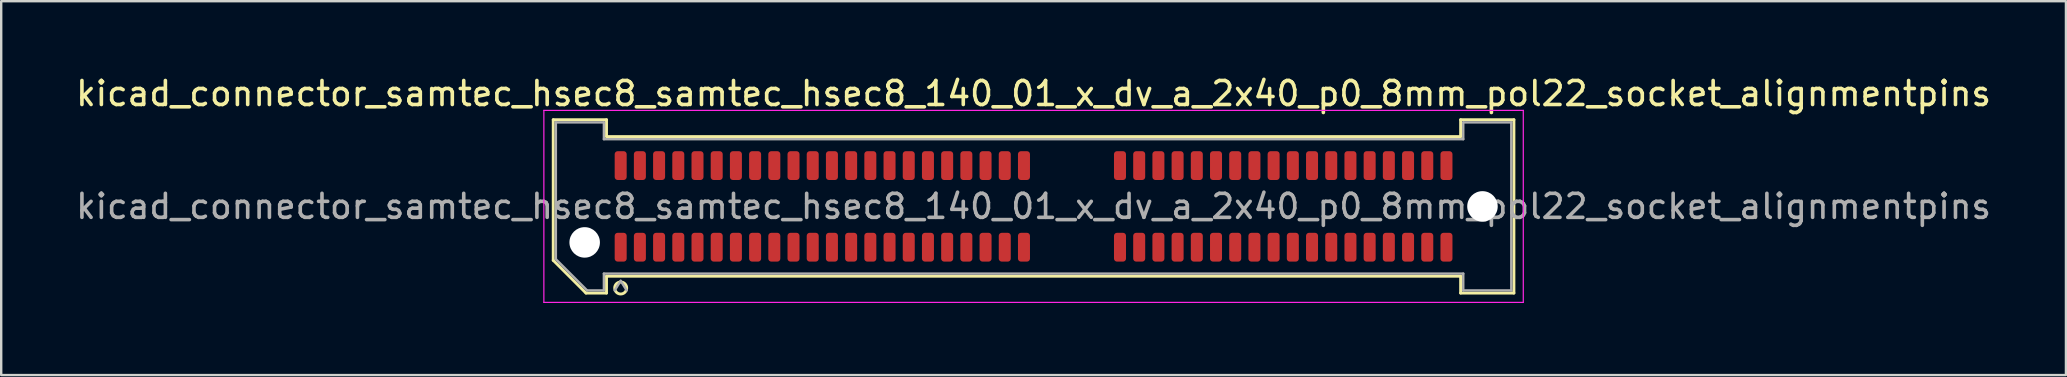
<source format=kicad_pcb>
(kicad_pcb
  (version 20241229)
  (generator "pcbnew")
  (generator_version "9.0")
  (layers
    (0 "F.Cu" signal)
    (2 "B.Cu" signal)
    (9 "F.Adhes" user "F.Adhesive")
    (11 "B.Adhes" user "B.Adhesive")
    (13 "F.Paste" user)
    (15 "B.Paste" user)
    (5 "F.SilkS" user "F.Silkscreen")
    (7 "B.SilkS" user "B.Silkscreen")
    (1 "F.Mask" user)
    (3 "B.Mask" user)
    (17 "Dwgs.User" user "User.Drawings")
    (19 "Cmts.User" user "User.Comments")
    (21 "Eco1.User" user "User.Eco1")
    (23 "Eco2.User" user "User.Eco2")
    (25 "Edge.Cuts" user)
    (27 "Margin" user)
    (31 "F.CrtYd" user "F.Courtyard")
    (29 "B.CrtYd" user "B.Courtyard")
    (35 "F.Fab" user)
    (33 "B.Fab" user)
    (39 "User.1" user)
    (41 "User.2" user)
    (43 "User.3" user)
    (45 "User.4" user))
  (footprint "kicad_connector_samtec_hsec8_samtec_hsec8_140_01_x_dv_a_2x40_p0_8mm_pol22_socket_alignmentpins"
    (layer "F.Cu")
    (at 40.006 5.548)
    (property "Reference" "kicad_connector_samtec_hsec8_samtec_hsec8_140_01_x_dv_a_2x40_p0_8mm_pol22_socket_alignmentpins" (at 0 -4.7 0) (layer "F.SilkS") (effects (font (size 1 1) (thickness 0.15))))
    (attr smd)
    (fp_line (start -20.01 -3.61) (end -17.79 -3.61) (stroke (width 0.12) (type solid)) (layer "F.SilkS"))
    (fp_line (start -20.01 2.246) (end -20.01 -3.61) (stroke (width 0.12) (type solid)) (layer "F.SilkS"))
    (fp_line (start -18.646 3.61) (end -20.01 2.246) (stroke (width 0.12) (type solid)) (layer "F.SilkS"))
    (fp_line (start -17.79 -3.61) (end -17.79 -2.91) (stroke (width 0.12) (type solid)) (layer "F.SilkS"))
    (fp_line (start -17.79 -2.91) (end 17.79 -2.91) (stroke (width 0.12) (type solid)) (layer "F.SilkS"))
    (fp_line (start -17.79 2.91) (end -17.79 3.61) (stroke (width 0.12) (type solid)) (layer "F.SilkS"))
    (fp_line (start -17.79 3.61) (end -18.646 3.61) (stroke (width 0.12) (type solid)) (layer "F.SilkS"))
    (fp_line (start 17.79 -3.61) (end 20.01 -3.61) (stroke (width 0.12) (type solid)) (layer "F.SilkS"))
    (fp_line (start 17.79 -2.91) (end 17.79 -3.61) (stroke (width 0.12) (type solid)) (layer "F.SilkS"))
    (fp_line (start 17.79 2.91) (end -17.79 2.91) (stroke (width 0.12) (type solid)) (layer "F.SilkS"))
    (fp_line (start 17.79 3.61) (end 17.79 2.91) (stroke (width 0.12) (type solid)) (layer "F.SilkS"))
    (fp_line (start 20.01 -3.61) (end 20.01 3.61) (stroke (width 0.12) (type solid)) (layer "F.SilkS"))
    (fp_line (start 20.01 3.61) (end 17.79 3.61) (stroke (width 0.12) (type solid)) (layer "F.SilkS"))
    (fp_arc (start -16.95 3.4) (mid -17.45 3.4) (end -16.95 3.4) (stroke (width 0.12) (type solid)) (layer "F.SilkS"))
    (fp_line (start -20.4 -4) (end -20.4 4) (stroke (width 0.05) (type solid)) (layer "F.CrtYd"))
    (fp_line (start -20.4 4) (end 20.4 4) (stroke (width 0.05) (type solid)) (layer "F.CrtYd"))
    (fp_line (start 20.4 -4) (end -20.4 -4) (stroke (width 0.05) (type solid)) (layer "F.CrtYd"))
    (fp_line (start 20.4 4) (end 20.4 -4) (stroke (width 0.05) (type solid)) (layer "F.CrtYd"))
    (fp_line (start -19.9 -3.5) (end -17.9 -3.5) (stroke (width 0.1) (type solid)) (layer "F.Fab"))
    (fp_line (start -19.9 2.2) (end -19.9 -3.5) (stroke (width 0.1) (type solid)) (layer "F.Fab"))
    (fp_line (start -18.6 3.5) (end -19.9 2.2) (stroke (width 0.1) (type solid)) (layer "F.Fab"))
    (fp_line (start -17.9 -3.5) (end -17.9 -2.8) (stroke (width 0.1) (type solid)) (layer "F.Fab"))
    (fp_line (start -17.9 -2.8) (end 17.9 -2.8) (stroke (width 0.1) (type solid)) (layer "F.Fab"))
    (fp_line (start -17.9 2.8) (end -17.9 3.5) (stroke (width 0.1) (type solid)) (layer "F.Fab"))
    (fp_line (start -17.9 3.5) (end -18.6 3.5) (stroke (width 0.1) (type solid)) (layer "F.Fab"))
    (fp_line (start -17.2 3.1) (end -17.45 3.5) (stroke (width 0.1) (type solid)) (layer "F.Fab"))
    (fp_line (start -17.2 3.1) (end -16.95 3.5) (stroke (width 0.1) (type solid)) (layer "F.Fab"))
    (fp_line (start 17.9 -3.5) (end 19.9 -3.5) (stroke (width 0.1) (type solid)) (layer "F.Fab"))
    (fp_line (start 17.9 -2.8) (end 17.9 -3.5) (stroke (width 0.1) (type solid)) (layer "F.Fab"))
    (fp_line (start 17.9 2.8) (end -17.9 2.8) (stroke (width 0.1) (type solid)) (layer "F.Fab"))
    (fp_line (start 17.9 3.5) (end 17.9 2.8) (stroke (width 0.1) (type solid)) (layer "F.Fab"))
    (fp_line (start 19.9 -3.5) (end 19.9 3.5) (stroke (width 0.1) (type solid)) (layer "F.Fab"))
    (fp_line (start 19.9 3.5) (end 17.9 3.5) (stroke (width 0.1) (type solid)) (layer "F.Fab"))
    (fp_text user "${REFERENCE}" (at 0 0 0) (layer "F.Fab") (effects (font (size 1 1) (thickness 0.15))))
    (pad "" np_thru_hole circle (at -18.7 1.5) (size 1.27 1.27) (drill 1.27) (layers "*.Cu" "*.Mask"))
    (pad "" np_thru_hole circle (at 18.7 0) (size 1.27 1.27) (drill 1.27) (layers "*.Cu" "*.Mask"))
    (pad "1" smd roundrect (at -17.2 1.7) (size 0.5 1.2) (layers "F.Cu" "F.Mask" "F.Paste") (roundrect_rratio 0.25))
    (pad "2" smd roundrect (at -17.2 -1.7) (size 0.5 1.2) (layers "F.Cu" "F.Mask" "F.Paste") (roundrect_rratio 0.25))
    (pad "3" smd roundrect (at -16.4 1.7) (size 0.5 1.2) (layers "F.Cu" "F.Mask" "F.Paste") (roundrect_rratio 0.25))
    (pad "4" smd roundrect (at -16.4 -1.7) (size 0.5 1.2) (layers "F.Cu" "F.Mask" "F.Paste") (roundrect_rratio 0.25))
    (pad "5" smd roundrect (at -15.6 1.7) (size 0.5 1.2) (layers "F.Cu" "F.Mask" "F.Paste") (roundrect_rratio 0.25))
    (pad "6" smd roundrect (at -15.6 -1.7) (size 0.5 1.2) (layers "F.Cu" "F.Mask" "F.Paste") (roundrect_rratio 0.25))
    (pad "7" smd roundrect (at -14.8 1.7) (size 0.5 1.2) (layers "F.Cu" "F.Mask" "F.Paste") (roundrect_rratio 0.25))
    (pad "8" smd roundrect (at -14.8 -1.7) (size 0.5 1.2) (layers "F.Cu" "F.Mask" "F.Paste") (roundrect_rratio 0.25))
    (pad "9" smd roundrect (at -14 1.7) (size 0.5 1.2) (layers "F.Cu" "F.Mask" "F.Paste") (roundrect_rratio 0.25))
    (pad "10" smd roundrect (at -14 -1.7) (size 0.5 1.2) (layers "F.Cu" "F.Mask" "F.Paste") (roundrect_rratio 0.25))
    (pad "11" smd roundrect (at -13.2 1.7) (size 0.5 1.2) (layers "F.Cu" "F.Mask" "F.Paste") (roundrect_rratio 0.25))
    (pad "12" smd roundrect (at -13.2 -1.7) (size 0.5 1.2) (layers "F.Cu" "F.Mask" "F.Paste") (roundrect_rratio 0.25))
    (pad "13" smd roundrect (at -12.4 1.7) (size 0.5 1.2) (layers "F.Cu" "F.Mask" "F.Paste") (roundrect_rratio 0.25))
    (pad "14" smd roundrect (at -12.4 -1.7) (size 0.5 1.2) (layers "F.Cu" "F.Mask" "F.Paste") (roundrect_rratio 0.25))
    (pad "15" smd roundrect (at -11.6 1.7) (size 0.5 1.2) (layers "F.Cu" "F.Mask" "F.Paste") (roundrect_rratio 0.25))
    (pad "16" smd roundrect (at -11.6 -1.7) (size 0.5 1.2) (layers "F.Cu" "F.Mask" "F.Paste") (roundrect_rratio 0.25))
    (pad "17" smd roundrect (at -10.8 1.7) (size 0.5 1.2) (layers "F.Cu" "F.Mask" "F.Paste") (roundrect_rratio 0.25))
    (pad "18" smd roundrect (at -10.8 -1.7) (size 0.5 1.2) (layers "F.Cu" "F.Mask" "F.Paste") (roundrect_rratio 0.25))
    (pad "19" smd roundrect (at -10 1.7) (size 0.5 1.2) (layers "F.Cu" "F.Mask" "F.Paste") (roundrect_rratio 0.25))
    (pad "20" smd roundrect (at -10 -1.7) (size 0.5 1.2) (layers "F.Cu" "F.Mask" "F.Paste") (roundrect_rratio 0.25))
    (pad "21" smd roundrect (at -9.2 1.7) (size 0.5 1.2) (layers "F.Cu" "F.Mask" "F.Paste") (roundrect_rratio 0.25))
    (pad "22" smd roundrect (at -9.2 -1.7) (size 0.5 1.2) (layers "F.Cu" "F.Mask" "F.Paste") (roundrect_rratio 0.25))
    (pad "23" smd roundrect (at -8.4 1.7) (size 0.5 1.2) (layers "F.Cu" "F.Mask" "F.Paste") (roundrect_rratio 0.25))
    (pad "24" smd roundrect (at -8.4 -1.7) (size 0.5 1.2) (layers "F.Cu" "F.Mask" "F.Paste") (roundrect_rratio 0.25))
    (pad "25" smd roundrect (at -7.6 1.7) (size 0.5 1.2) (layers "F.Cu" "F.Mask" "F.Paste") (roundrect_rratio 0.25))
    (pad "26" smd roundrect (at -7.6 -1.7) (size 0.5 1.2) (layers "F.Cu" "F.Mask" "F.Paste") (roundrect_rratio 0.25))
    (pad "27" smd roundrect (at -6.8 1.7) (size 0.5 1.2) (layers "F.Cu" "F.Mask" "F.Paste") (roundrect_rratio 0.25))
    (pad "28" smd roundrect (at -6.8 -1.7) (size 0.5 1.2) (layers "F.Cu" "F.Mask" "F.Paste") (roundrect_rratio 0.25))
    (pad "29" smd roundrect (at -6 1.7) (size 0.5 1.2) (layers "F.Cu" "F.Mask" "F.Paste") (roundrect_rratio 0.25))
    (pad "30" smd roundrect (at -6 -1.7) (size 0.5 1.2) (layers "F.Cu" "F.Mask" "F.Paste") (roundrect_rratio 0.25))
    (pad "31" smd roundrect (at -5.2 1.7) (size 0.5 1.2) (layers "F.Cu" "F.Mask" "F.Paste") (roundrect_rratio 0.25))
    (pad "32" smd roundrect (at -5.2 -1.7) (size 0.5 1.2) (layers "F.Cu" "F.Mask" "F.Paste") (roundrect_rratio 0.25))
    (pad "33" smd roundrect (at -4.4 1.7) (size 0.5 1.2) (layers "F.Cu" "F.Mask" "F.Paste") (roundrect_rratio 0.25))
    (pad "34" smd roundrect (at -4.4 -1.7) (size 0.5 1.2) (layers "F.Cu" "F.Mask" "F.Paste") (roundrect_rratio 0.25))
    (pad "35" smd roundrect (at -3.6 1.7) (size 0.5 1.2) (layers "F.Cu" "F.Mask" "F.Paste") (roundrect_rratio 0.25))
    (pad "36" smd roundrect (at -3.6 -1.7) (size 0.5 1.2) (layers "F.Cu" "F.Mask" "F.Paste") (roundrect_rratio 0.25))
    (pad "37" smd roundrect (at -2.8 1.7) (size 0.5 1.2) (layers "F.Cu" "F.Mask" "F.Paste") (roundrect_rratio 0.25))
    (pad "38" smd roundrect (at -2.8 -1.7) (size 0.5 1.2) (layers "F.Cu" "F.Mask" "F.Paste") (roundrect_rratio 0.25))
    (pad "39" smd roundrect (at -2 1.7) (size 0.5 1.2) (layers "F.Cu" "F.Mask" "F.Paste") (roundrect_rratio 0.25))
    (pad "40" smd roundrect (at -2 -1.7) (size 0.5 1.2) (layers "F.Cu" "F.Mask" "F.Paste") (roundrect_rratio 0.25))
    (pad "41" smd roundrect (at -1.2 1.7) (size 0.5 1.2) (layers "F.Cu" "F.Mask" "F.Paste") (roundrect_rratio 0.25))
    (pad "42" smd roundrect (at -1.2 -1.7) (size 0.5 1.2) (layers "F.Cu" "F.Mask" "F.Paste") (roundrect_rratio 0.25))
    (pad "43" smd roundrect (at -0.4 1.7) (size 0.5 1.2) (layers "F.Cu" "F.Mask" "F.Paste") (roundrect_rratio 0.25))
    (pad "44" smd roundrect (at -0.4 -1.7) (size 0.5 1.2) (layers "F.Cu" "F.Mask" "F.Paste") (roundrect_rratio 0.25))
    (pad "45" smd roundrect (at 3.6 1.7) (size 0.5 1.2) (layers "F.Cu" "F.Mask" "F.Paste") (roundrect_rratio 0.25))
    (pad "46" smd roundrect (at 3.6 -1.7) (size 0.5 1.2) (layers "F.Cu" "F.Mask" "F.Paste") (roundrect_rratio 0.25))
    (pad "47" smd roundrect (at 4.4 1.7) (size 0.5 1.2) (layers "F.Cu" "F.Mask" "F.Paste") (roundrect_rratio 0.25))
    (pad "48" smd roundrect (at 4.4 -1.7) (size 0.5 1.2) (layers "F.Cu" "F.Mask" "F.Paste") (roundrect_rratio 0.25))
    (pad "49" smd roundrect (at 5.2 1.7) (size 0.5 1.2) (layers "F.Cu" "F.Mask" "F.Paste") (roundrect_rratio 0.25))
    (pad "50" smd roundrect (at 5.2 -1.7) (size 0.5 1.2) (layers "F.Cu" "F.Mask" "F.Paste") (roundrect_rratio 0.25))
    (pad "51" smd roundrect (at 6 1.7) (size 0.5 1.2) (layers "F.Cu" "F.Mask" "F.Paste") (roundrect_rratio 0.25))
    (pad "52" smd roundrect (at 6 -1.7) (size 0.5 1.2) (layers "F.Cu" "F.Mask" "F.Paste") (roundrect_rratio 0.25))
    (pad "53" smd roundrect (at 6.8 1.7) (size 0.5 1.2) (layers "F.Cu" "F.Mask" "F.Paste") (roundrect_rratio 0.25))
    (pad "54" smd roundrect (at 6.8 -1.7) (size 0.5 1.2) (layers "F.Cu" "F.Mask" "F.Paste") (roundrect_rratio 0.25))
    (pad "55" smd roundrect (at 7.6 1.7) (size 0.5 1.2) (layers "F.Cu" "F.Mask" "F.Paste") (roundrect_rratio 0.25))
    (pad "56" smd roundrect (at 7.6 -1.7) (size 0.5 1.2) (layers "F.Cu" "F.Mask" "F.Paste") (roundrect_rratio 0.25))
    (pad "57" smd roundrect (at 8.4 1.7) (size 0.5 1.2) (layers "F.Cu" "F.Mask" "F.Paste") (roundrect_rratio 0.25))
    (pad "58" smd roundrect (at 8.4 -1.7) (size 0.5 1.2) (layers "F.Cu" "F.Mask" "F.Paste") (roundrect_rratio 0.25))
    (pad "59" smd roundrect (at 9.2 1.7) (size 0.5 1.2) (layers "F.Cu" "F.Mask" "F.Paste") (roundrect_rratio 0.25))
    (pad "60" smd roundrect (at 9.2 -1.7) (size 0.5 1.2) (layers "F.Cu" "F.Mask" "F.Paste") (roundrect_rratio 0.25))
    (pad "61" smd roundrect (at 10 1.7) (size 0.5 1.2) (layers "F.Cu" "F.Mask" "F.Paste") (roundrect_rratio 0.25))
    (pad "62" smd roundrect (at 10 -1.7) (size 0.5 1.2) (layers "F.Cu" "F.Mask" "F.Paste") (roundrect_rratio 0.25))
    (pad "63" smd roundrect (at 10.8 1.7) (size 0.5 1.2) (layers "F.Cu" "F.Mask" "F.Paste") (roundrect_rratio 0.25))
    (pad "64" smd roundrect (at 10.8 -1.7) (size 0.5 1.2) (layers "F.Cu" "F.Mask" "F.Paste") (roundrect_rratio 0.25))
    (pad "65" smd roundrect (at 11.6 1.7) (size 0.5 1.2) (layers "F.Cu" "F.Mask" "F.Paste") (roundrect_rratio 0.25))
    (pad "66" smd roundrect (at 11.6 -1.7) (size 0.5 1.2) (layers "F.Cu" "F.Mask" "F.Paste") (roundrect_rratio 0.25))
    (pad "67" smd roundrect (at 12.4 1.7) (size 0.5 1.2) (layers "F.Cu" "F.Mask" "F.Paste") (roundrect_rratio 0.25))
    (pad "68" smd roundrect (at 12.4 -1.7) (size 0.5 1.2) (layers "F.Cu" "F.Mask" "F.Paste") (roundrect_rratio 0.25))
    (pad "69" smd roundrect (at 13.2 1.7) (size 0.5 1.2) (layers "F.Cu" "F.Mask" "F.Paste") (roundrect_rratio 0.25))
    (pad "70" smd roundrect (at 13.2 -1.7) (size 0.5 1.2) (layers "F.Cu" "F.Mask" "F.Paste") (roundrect_rratio 0.25))
    (pad "71" smd roundrect (at 14 1.7) (size 0.5 1.2) (layers "F.Cu" "F.Mask" "F.Paste") (roundrect_rratio 0.25))
    (pad "72" smd roundrect (at 14 -1.7) (size 0.5 1.2) (layers "F.Cu" "F.Mask" "F.Paste") (roundrect_rratio 0.25))
    (pad "73" smd roundrect (at 14.8 1.7) (size 0.5 1.2) (layers "F.Cu" "F.Mask" "F.Paste") (roundrect_rratio 0.25))
    (pad "74" smd roundrect (at 14.8 -1.7) (size 0.5 1.2) (layers "F.Cu" "F.Mask" "F.Paste") (roundrect_rratio 0.25))
    (pad "75" smd roundrect (at 15.6 1.7) (size 0.5 1.2) (layers "F.Cu" "F.Mask" "F.Paste") (roundrect_rratio 0.25))
    (pad "76" smd roundrect (at 15.6 -1.7) (size 0.5 1.2) (layers "F.Cu" "F.Mask" "F.Paste") (roundrect_rratio 0.25))
    (pad "77" smd roundrect (at 16.4 1.7) (size 0.5 1.2) (layers "F.Cu" "F.Mask" "F.Paste") (roundrect_rratio 0.25))
    (pad "78" smd roundrect (at 16.4 -1.7) (size 0.5 1.2) (layers "F.Cu" "F.Mask" "F.Paste") (roundrect_rratio 0.25))
    (pad "79" smd roundrect (at 17.2 1.7) (size 0.5 1.2) (layers "F.Cu" "F.Mask" "F.Paste") (roundrect_rratio 0.25))
    (pad "80" smd roundrect (at 17.2 -1.7) (size 0.5 1.2) (layers "F.Cu" "F.Mask" "F.Paste") (roundrect_rratio 0.25)))
  (gr_rect
    (start -3 -3)
    (end 83.012 12.573)
    (stroke (width 0.1) (type default))
    (fill no)
    (layer "Edge.Cuts")))
</source>
